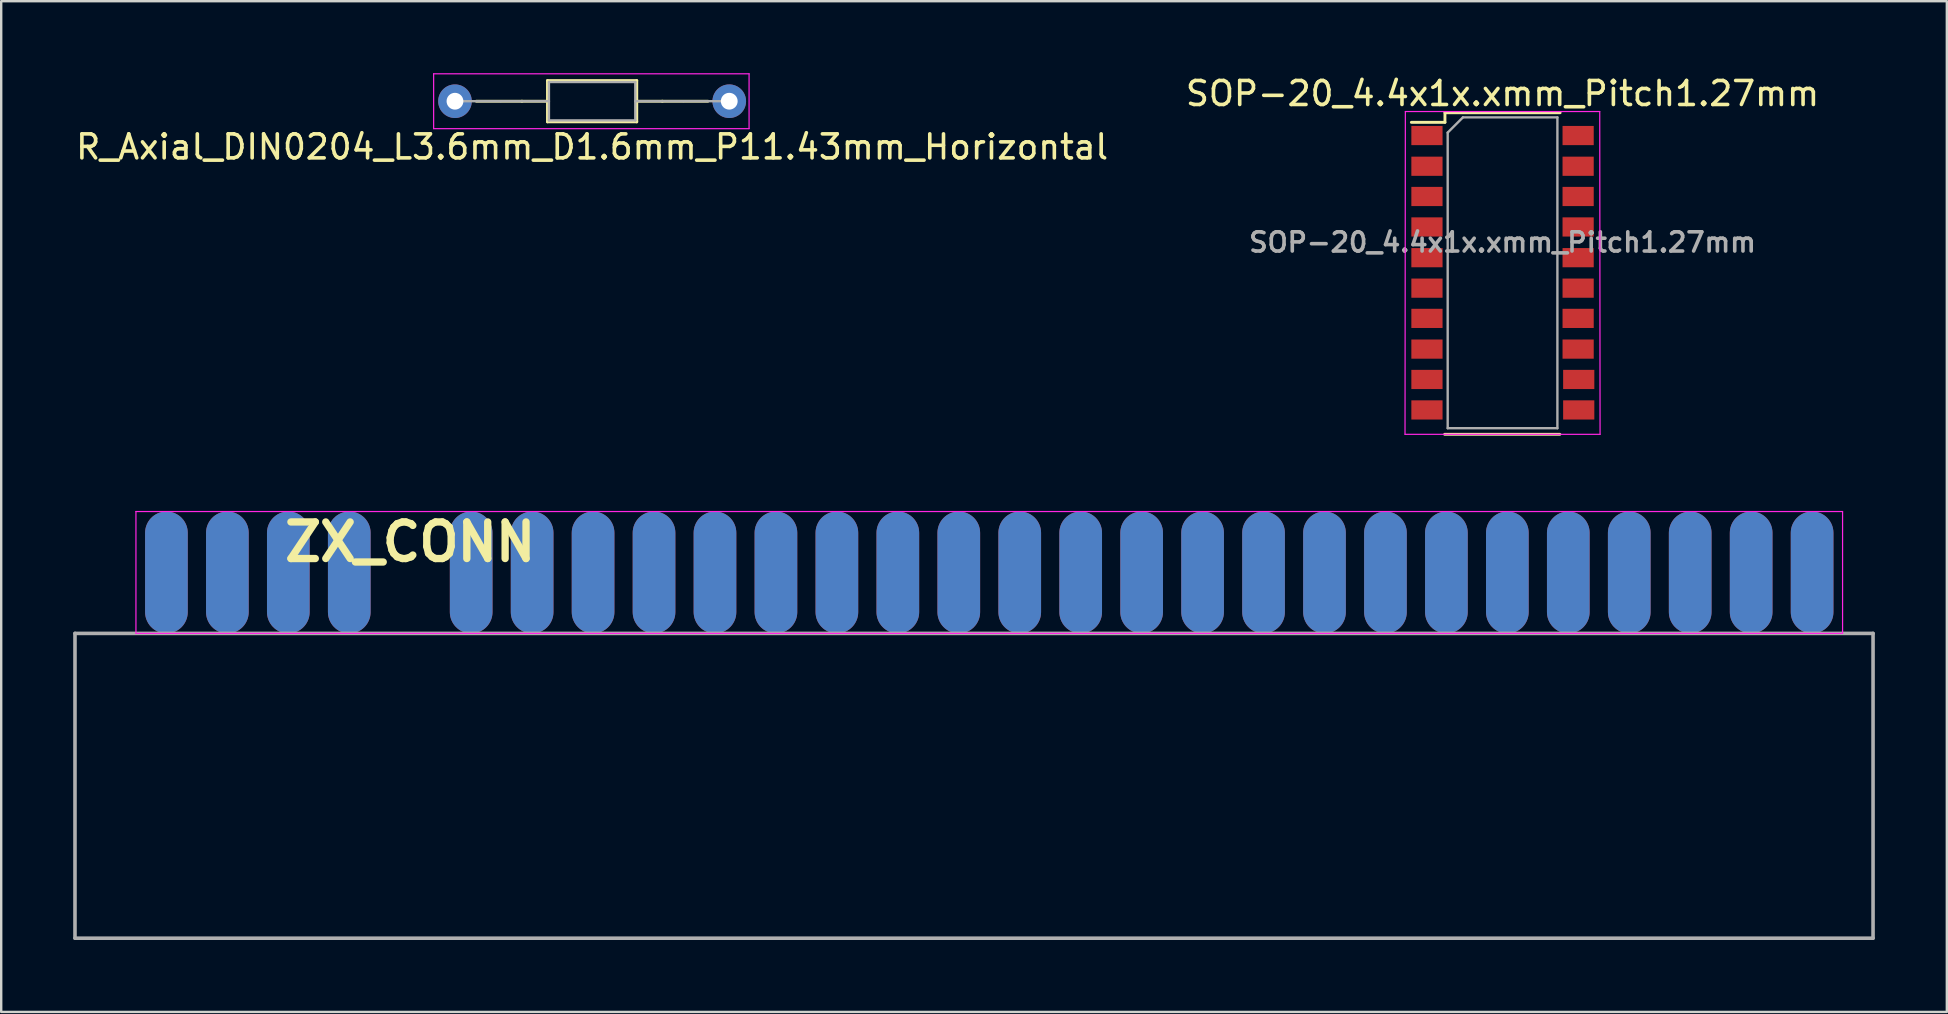
<source format=kicad_pcb>
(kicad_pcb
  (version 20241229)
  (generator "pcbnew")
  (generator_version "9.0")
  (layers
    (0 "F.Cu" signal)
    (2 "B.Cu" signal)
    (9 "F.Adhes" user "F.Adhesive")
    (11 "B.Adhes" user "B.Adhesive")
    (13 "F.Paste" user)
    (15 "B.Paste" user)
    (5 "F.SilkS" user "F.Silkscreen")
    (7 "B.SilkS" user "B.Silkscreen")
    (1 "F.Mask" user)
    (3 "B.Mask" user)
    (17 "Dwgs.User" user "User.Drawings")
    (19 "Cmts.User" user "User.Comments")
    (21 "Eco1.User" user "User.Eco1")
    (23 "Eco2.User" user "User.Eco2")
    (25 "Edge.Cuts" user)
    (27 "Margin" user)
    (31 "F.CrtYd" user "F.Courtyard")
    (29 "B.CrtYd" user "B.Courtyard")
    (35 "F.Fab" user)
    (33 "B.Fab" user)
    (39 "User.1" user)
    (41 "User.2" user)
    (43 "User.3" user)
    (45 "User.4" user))
  (footprint "SOP-20_4.4x1x.xmm_Pitch1.27mm"
    (layer "F.Cu")
    (at 59.565 8.318)
    (property "Reference" "SOP-20_4.4x1x.xmm_Pitch1.27mm" (at 0 -7.47 0) (layer "F.SilkS") (effects (font (size 1 1) (thickness 0.15))))
    (attr smd)
    (fp_line (start -2.413 6.731) (end 2.387 6.731) (stroke (width 0.12) (type solid)) (layer "F.SilkS"))
    (fp_line (start -2.4 -6.67) (end -2.4 -6.27) (stroke (width 0.12) (type solid)) (layer "F.SilkS"))
    (fp_line (start -2.4 -6.67) (end 2.4 -6.67) (stroke (width 0.12) (type solid)) (layer "F.SilkS"))
    (fp_line (start -2.4 -6.27) (end -3.8 -6.27) (stroke (width 0.12) (type solid)) (layer "F.SilkS"))
    (fp_line (start -4.05 -6.72) (end -4.064 6.731) (stroke (width 0.05) (type solid)) (layer "F.CrtYd"))
    (fp_line (start -4.05 -6.72) (end 4.05 -6.72) (stroke (width 0.05) (type solid)) (layer "F.CrtYd"))
    (fp_line (start 4.064 6.731) (end -4.064 6.731) (stroke (width 0.05) (type solid)) (layer "F.CrtYd"))
    (fp_line (start 4.064 6.731) (end 4.05 -6.72) (stroke (width 0.05) (type solid)) (layer "F.CrtYd"))
    (fp_line (start -2.286 -5.842) (end -1.651 -6.477) (stroke (width 0.1) (type solid)) (layer "F.Fab"))
    (fp_line (start -2.286 6.477) (end -2.286 -5.842) (stroke (width 0.1) (type solid)) (layer "F.Fab"))
    (fp_line (start -1.651 -6.477) (end 2.286 -6.477) (stroke (width 0.1) (type solid)) (layer "F.Fab"))
    (fp_line (start 2.286 -6.477) (end 2.286 6.477) (stroke (width 0.1) (type solid)) (layer "F.Fab"))
    (fp_line (start 2.286 6.477) (end -2.286 6.477) (stroke (width 0.1) (type solid)) (layer "F.Fab"))
    (fp_text user "${REFERENCE}" (at 0 -1.27 0) (layer "F.Fab") (effects (font (size 0.8 0.8) (thickness 0.15))))
    (pad "1" smd rect (at -3.15 -5.72) (size 1.3 0.8) (layers "F.Cu" "F.Mask" "F.Paste"))
    (pad "2" smd rect (at -3.15 -4.44) (size 1.3 0.8) (layers "F.Cu" "F.Mask" "F.Paste"))
    (pad "3" smd rect (at -3.15 -3.18) (size 1.3 0.8) (layers "F.Cu" "F.Mask" "F.Paste"))
    (pad "4" smd rect (at -3.15 -1.91) (size 1.3 0.8) (layers "F.Cu" "F.Mask" "F.Paste"))
    (pad "5" smd rect (at -3.15 -0.63) (size 1.3 0.8) (layers "F.Cu" "F.Mask" "F.Paste"))
    (pad "6" smd rect (at -3.15 0.64) (size 1.3 0.8) (layers "F.Cu" "F.Mask" "F.Paste"))
    (pad "7" smd rect (at -3.15 1.9) (size 1.3 0.8) (layers "F.Cu" "F.Mask" "F.Paste"))
    (pad "8" smd rect (at -3.15 3.18) (size 1.3 0.8) (layers "F.Cu" "F.Mask" "F.Paste"))
    (pad "9" smd rect (at -3.15 4.445) (size 1.3 0.8) (layers "F.Cu" "F.Mask" "F.Paste"))
    (pad "10" smd rect (at -3.15 5.715) (size 1.3 0.8) (layers "F.Cu" "F.Mask" "F.Paste"))
    (pad "11" smd rect (at 3.175 5.715) (size 1.3 0.8) (layers "F.Cu" "F.Mask" "F.Paste"))
    (pad "12" smd rect (at 3.175 4.445 180) (size 1.3 0.8) (layers "F.Cu" "F.Mask" "F.Paste"))
    (pad "13" smd rect (at 3.15 3.18 180) (size 1.3 0.8) (layers "F.Cu" "F.Mask" "F.Paste"))
    (pad "14" smd rect (at 3.15 1.9) (size 1.3 0.8) (layers "F.Cu" "F.Mask" "F.Paste"))
    (pad "15" smd rect (at 3.15 0.64) (size 1.3 0.8) (layers "F.Cu" "F.Mask" "F.Paste"))
    (pad "16" smd rect (at 3.15 -0.63) (size 1.3 0.8) (layers "F.Cu" "F.Mask" "F.Paste"))
    (pad "17" smd rect (at 3.15 -1.91) (size 1.3 0.8) (layers "F.Cu" "F.Mask" "F.Paste"))
    (pad "18" smd rect (at 3.15 -3.18) (size 1.3 0.8) (layers "F.Cu" "F.Mask" "F.Paste"))
    (pad "19" smd rect (at 3.15 -4.44) (size 1.3 0.8) (layers "F.Cu" "F.Mask" "F.Paste"))
    (pad "20" smd rect (at 3.15 -5.72) (size 1.3 0.8) (layers "F.Cu" "F.Mask" "F.Paste")))
  (footprint "ZX_CONN"
    (layer "F.Cu")
    (at 29.285 20.806)
    (property "Reference" "ZX_CONN" (at -15.24 -1.27 0) (layer "F.SilkS") (effects (font (size 1.524 1.524) (thickness 0.305))))
    (attr through_hole)
    (fp_line (start -26.67 -2.54) (end -26.67 2.54) (stroke (width 0.05) (type solid)) (layer "F.CrtYd"))
    (fp_line (start -26.67 2.54) (end 44.45 2.54) (stroke (width 0.05) (type solid)) (layer "F.CrtYd"))
    (fp_line (start 44.45 -2.54) (end -26.67 -2.54) (stroke (width 0.05) (type solid)) (layer "F.CrtYd"))
    (fp_line (start 44.45 2.54) (end 44.45 -2.54) (stroke (width 0.05) (type solid)) (layer "F.CrtYd"))
    (fp_line (start -29.21 2.54) (end -29.21 15.24) (stroke (width 0.15) (type solid)) (layer "F.Fab"))
    (fp_line (start -29.21 15.24) (end 45.72 15.24) (stroke (width 0.15) (type solid)) (layer "F.Fab"))
    (fp_line (start 45.72 2.54) (end -29.21 2.54) (stroke (width 0.15) (type solid)) (layer "F.Fab"))
    (fp_line (start 45.72 15.24) (end 45.72 2.54) (stroke (width 0.15) (type solid)) (layer "F.Fab"))
    (pad "A1" connect oval (at -25.4 0) (size 1.778 5.08) (layers "B.Cu" "B.Mask"))
    (pad "A2" connect oval (at -22.86 0) (size 1.778 5.08) (layers "B.Cu" "B.Mask"))
    (pad "A3" connect oval (at -20.32 0) (size 1.778 5.08) (layers "B.Cu" "B.Mask"))
    (pad "A4" connect oval (at -17.78 0) (size 1.778 5.08) (layers "B.Cu" "B.Mask"))
    (pad "A6" connect oval (at -12.7 0) (size 1.778 5.08) (layers "B.Cu" "B.Mask"))
    (pad "A7" connect oval (at -10.16 0) (size 1.778 5.08) (layers "B.Cu" "B.Mask"))
    (pad "A8" connect oval (at -7.62 0) (size 1.778 5.08) (layers "B.Cu" "B.Mask"))
    (pad "A9" connect oval (at -5.08 0) (size 1.778 5.08) (layers "B.Cu" "B.Mask"))
    (pad "A10" connect oval (at -2.54 0) (size 1.778 5.08) (layers "B.Cu" "B.Mask"))
    (pad "A11" connect oval (at 0 0) (size 1.778 5.08) (layers "B.Cu" "B.Mask"))
    (pad "A12" connect oval (at 2.54 0) (size 1.778 5.08) (layers "B.Cu" "B.Mask"))
    (pad "A13" connect oval (at 5.08 0) (size 1.778 5.08) (layers "B.Cu" "B.Mask"))
    (pad "A14" connect oval (at 7.62 0) (size 1.778 5.08) (layers "B.Cu" "B.Mask"))
    (pad "A15" connect oval (at 10.16 0) (size 1.778 5.08) (layers "B.Cu" "B.Mask"))
    (pad "A16" connect oval (at 12.7 0) (size 1.778 5.08) (layers "B.Cu" "B.Mask"))
    (pad "A17" connect oval (at 15.24 0) (size 1.778 5.08) (layers "B.Cu" "B.Mask"))
    (pad "A18" connect oval (at 17.78 0) (size 1.778 5.08) (layers "B.Cu" "B.Mask"))
    (pad "A19" connect oval (at 20.32 0) (size 1.778 5.08) (layers "B.Cu" "B.Mask"))
    (pad "A20" connect oval (at 22.86 0) (size 1.778 5.08) (layers "B.Cu" "B.Mask"))
    (pad "A21" connect oval (at 25.4 0) (size 1.778 5.08) (layers "B.Cu" "B.Mask"))
    (pad "A22" connect oval (at 27.94 0) (size 1.778 5.08) (layers "B.Cu" "B.Mask"))
    (pad "A23" connect oval (at 30.48 0) (size 1.778 5.08) (layers "B.Cu" "B.Mask"))
    (pad "A24" connect oval (at 33.02 0) (size 1.778 5.08) (layers "B.Cu" "B.Mask"))
    (pad "A25" connect oval (at 35.56 0) (size 1.778 5.08) (layers "B.Cu" "B.Mask"))
    (pad "A26" connect oval (at 38.1 0) (size 1.778 5.08) (layers "B.Cu" "B.Mask"))
    (pad "A27" connect oval (at 40.64 0) (size 1.778 5.08) (layers "B.Cu" "B.Mask"))
    (pad "A28" connect oval (at 43.18 0) (size 1.778 5.08) (layers "B.Cu" "B.Mask"))
    (pad "B1" connect oval (at -25.4 0) (size 1.778 5.08) (layers "F.Cu" "F.Mask"))
    (pad "B2" connect oval (at -22.86 0) (size 1.778 5.08) (layers "F.Cu" "F.Mask"))
    (pad "B3" connect oval (at -20.32 0) (size 1.778 5.08) (layers "F.Cu" "F.Mask"))
    (pad "B4" connect oval (at -17.78 0) (size 1.778 5.08) (layers "F.Cu" "F.Mask"))
    (pad "B6" connect oval (at -12.7 0) (size 1.778 5.08) (layers "F.Cu" "F.Mask"))
    (pad "B7" connect oval (at -10.16 0) (size 1.778 5.08) (layers "F.Cu" "F.Mask"))
    (pad "B8" connect oval (at -7.62 0) (size 1.778 5.08) (layers "F.Cu" "F.Mask"))
    (pad "B9" connect oval (at -5.08 0) (size 1.778 5.08) (layers "F.Cu" "F.Mask"))
    (pad "B10" connect oval (at -2.54 0) (size 1.778 5.08) (layers "F.Cu" "F.Mask"))
    (pad "B11" connect oval (at 0 0) (size 1.778 5.08) (layers "F.Cu" "F.Mask"))
    (pad "B12" connect oval (at 2.54 0) (size 1.778 5.08) (layers "F.Cu" "F.Mask"))
    (pad "B13" connect oval (at 5.08 0) (size 1.778 5.08) (layers "F.Cu" "F.Mask"))
    (pad "B14" connect oval (at 7.62 0) (size 1.778 5.08) (layers "F.Cu" "F.Mask"))
    (pad "B15" connect oval (at 10.16 0) (size 1.778 5.08) (layers "F.Cu" "F.Mask"))
    (pad "B16" connect oval (at 12.7 0) (size 1.778 5.08) (layers "F.Cu" "F.Mask"))
    (pad "B17" connect oval (at 15.24 0) (size 1.778 5.08) (layers "F.Cu" "F.Mask"))
    (pad "B18" connect oval (at 17.78 0) (size 1.778 5.08) (layers "F.Cu" "F.Mask"))
    (pad "B19" connect oval (at 20.32 0) (size 1.778 5.08) (layers "F.Cu" "F.Mask"))
    (pad "B20" connect oval (at 22.86 0) (size 1.778 5.08) (layers "F.Cu" "F.Mask"))
    (pad "B21" connect oval (at 25.4 0) (size 1.778 5.08) (layers "F.Cu" "F.Mask"))
    (pad "B22" connect oval (at 27.94 0) (size 1.778 5.08) (layers "F.Cu" "F.Mask"))
    (pad "B23" connect oval (at 30.48 0) (size 1.778 5.08) (layers "F.Cu" "F.Mask"))
    (pad "B24" connect oval (at 33.02 0) (size 1.778 5.08) (layers "F.Cu" "F.Mask"))
    (pad "B25" connect oval (at 35.56 0) (size 1.778 5.08) (layers "F.Cu" "F.Mask"))
    (pad "B26" connect oval (at 38.1 0) (size 1.778 5.08) (layers "F.Cu" "F.Mask"))
    (pad "B27" connect oval (at 40.64 0) (size 1.778 5.08) (layers "F.Cu" "F.Mask"))
    (pad "B28" connect oval (at 43.18 0) (size 1.778 5.08) (layers "F.Cu" "F.Mask")))
  (footprint "R_Axial_DIN0204_L3.6mm_D1.6mm_P11.43mm_Horizontal"
    (layer "F.Cu")
    (at 17.815 1.168)
    (property "Reference" "R_Axial_DIN0204_L3.6mm_D1.6mm_P11.43mm_Horizontal" (at 3.81 1.905 0) (layer "F.SilkS") (effects (font (size 1 1) (thickness 0.15))))
    (attr through_hole)
    (fp_line (start 0.88 0) (end 1.95 0) (stroke (width 0.12) (type solid)) (layer "F.SilkS"))
    (fp_line (start 0.889 0) (end -1.016 0) (stroke (width 0.12) (type solid)) (layer "F.SilkS"))
    (fp_line (start 1.95 -0.86) (end 1.95 0.86) (stroke (width 0.12) (type solid)) (layer "F.SilkS"))
    (fp_line (start 1.95 0.86) (end 5.67 0.86) (stroke (width 0.12) (type solid)) (layer "F.SilkS"))
    (fp_line (start 5.67 -0.86) (end 1.95 -0.86) (stroke (width 0.12) (type solid)) (layer "F.SilkS"))
    (fp_line (start 5.67 0.86) (end 5.67 -0.86) (stroke (width 0.12) (type solid)) (layer "F.SilkS"))
    (fp_line (start 6.731 0) (end 8.636 0) (stroke (width 0.12) (type solid)) (layer "F.SilkS"))
    (fp_line (start 6.74 0) (end 5.67 0) (stroke (width 0.12) (type solid)) (layer "F.SilkS"))
    (fp_line (start -2.794 -1.143) (end 10.351 -1.143) (stroke (width 0.05) (type solid)) (layer "F.CrtYd"))
    (fp_line (start -2.794 1.143) (end -2.794 -1.143) (stroke (width 0.05) (type solid)) (layer "F.CrtYd"))
    (fp_line (start -2.794 1.143) (end 10.351 1.143) (stroke (width 0.05) (type solid)) (layer "F.CrtYd"))
    (fp_line (start 10.351 -1.143) (end 10.351 1.143) (stroke (width 0.05) (type solid)) (layer "F.CrtYd"))
    (fp_line (start 0 0) (end -1.905 0) (stroke (width 0.1) (type solid)) (layer "F.Fab"))
    (fp_line (start 0 0) (end 2.01 0) (stroke (width 0.1) (type solid)) (layer "F.Fab"))
    (fp_line (start 2.01 -0.8) (end 2.01 0.8) (stroke (width 0.1) (type solid)) (layer "F.Fab"))
    (fp_line (start 2.01 0.8) (end 5.61 0.8) (stroke (width 0.1) (type solid)) (layer "F.Fab"))
    (fp_line (start 5.61 -0.8) (end 2.01 -0.8) (stroke (width 0.1) (type solid)) (layer "F.Fab"))
    (fp_line (start 5.61 0.8) (end 5.61 -0.8) (stroke (width 0.1) (type solid)) (layer "F.Fab"))
    (fp_line (start 7.62 0) (end 5.61 0) (stroke (width 0.1) (type solid)) (layer "F.Fab"))
    (fp_line (start 7.62 0) (end 9.525 0) (stroke (width 0.1) (type solid)) (layer "F.Fab"))
    (pad "1" thru_hole circle (at -1.905 0) (size 1.4 1.4) (drill 0.7) (layers "*.Cu" "*.Mask"))
    (pad "2" thru_hole oval (at 9.525 0) (size 1.4 1.4) (drill 0.7) (layers "*.Cu" "*.Mask")))
  (gr_rect
    (start -3 -3)
    (end 78.08 39.121)
    (stroke (width 0.1) (type default))
    (fill no)
    (layer "Edge.Cuts")))
</source>
